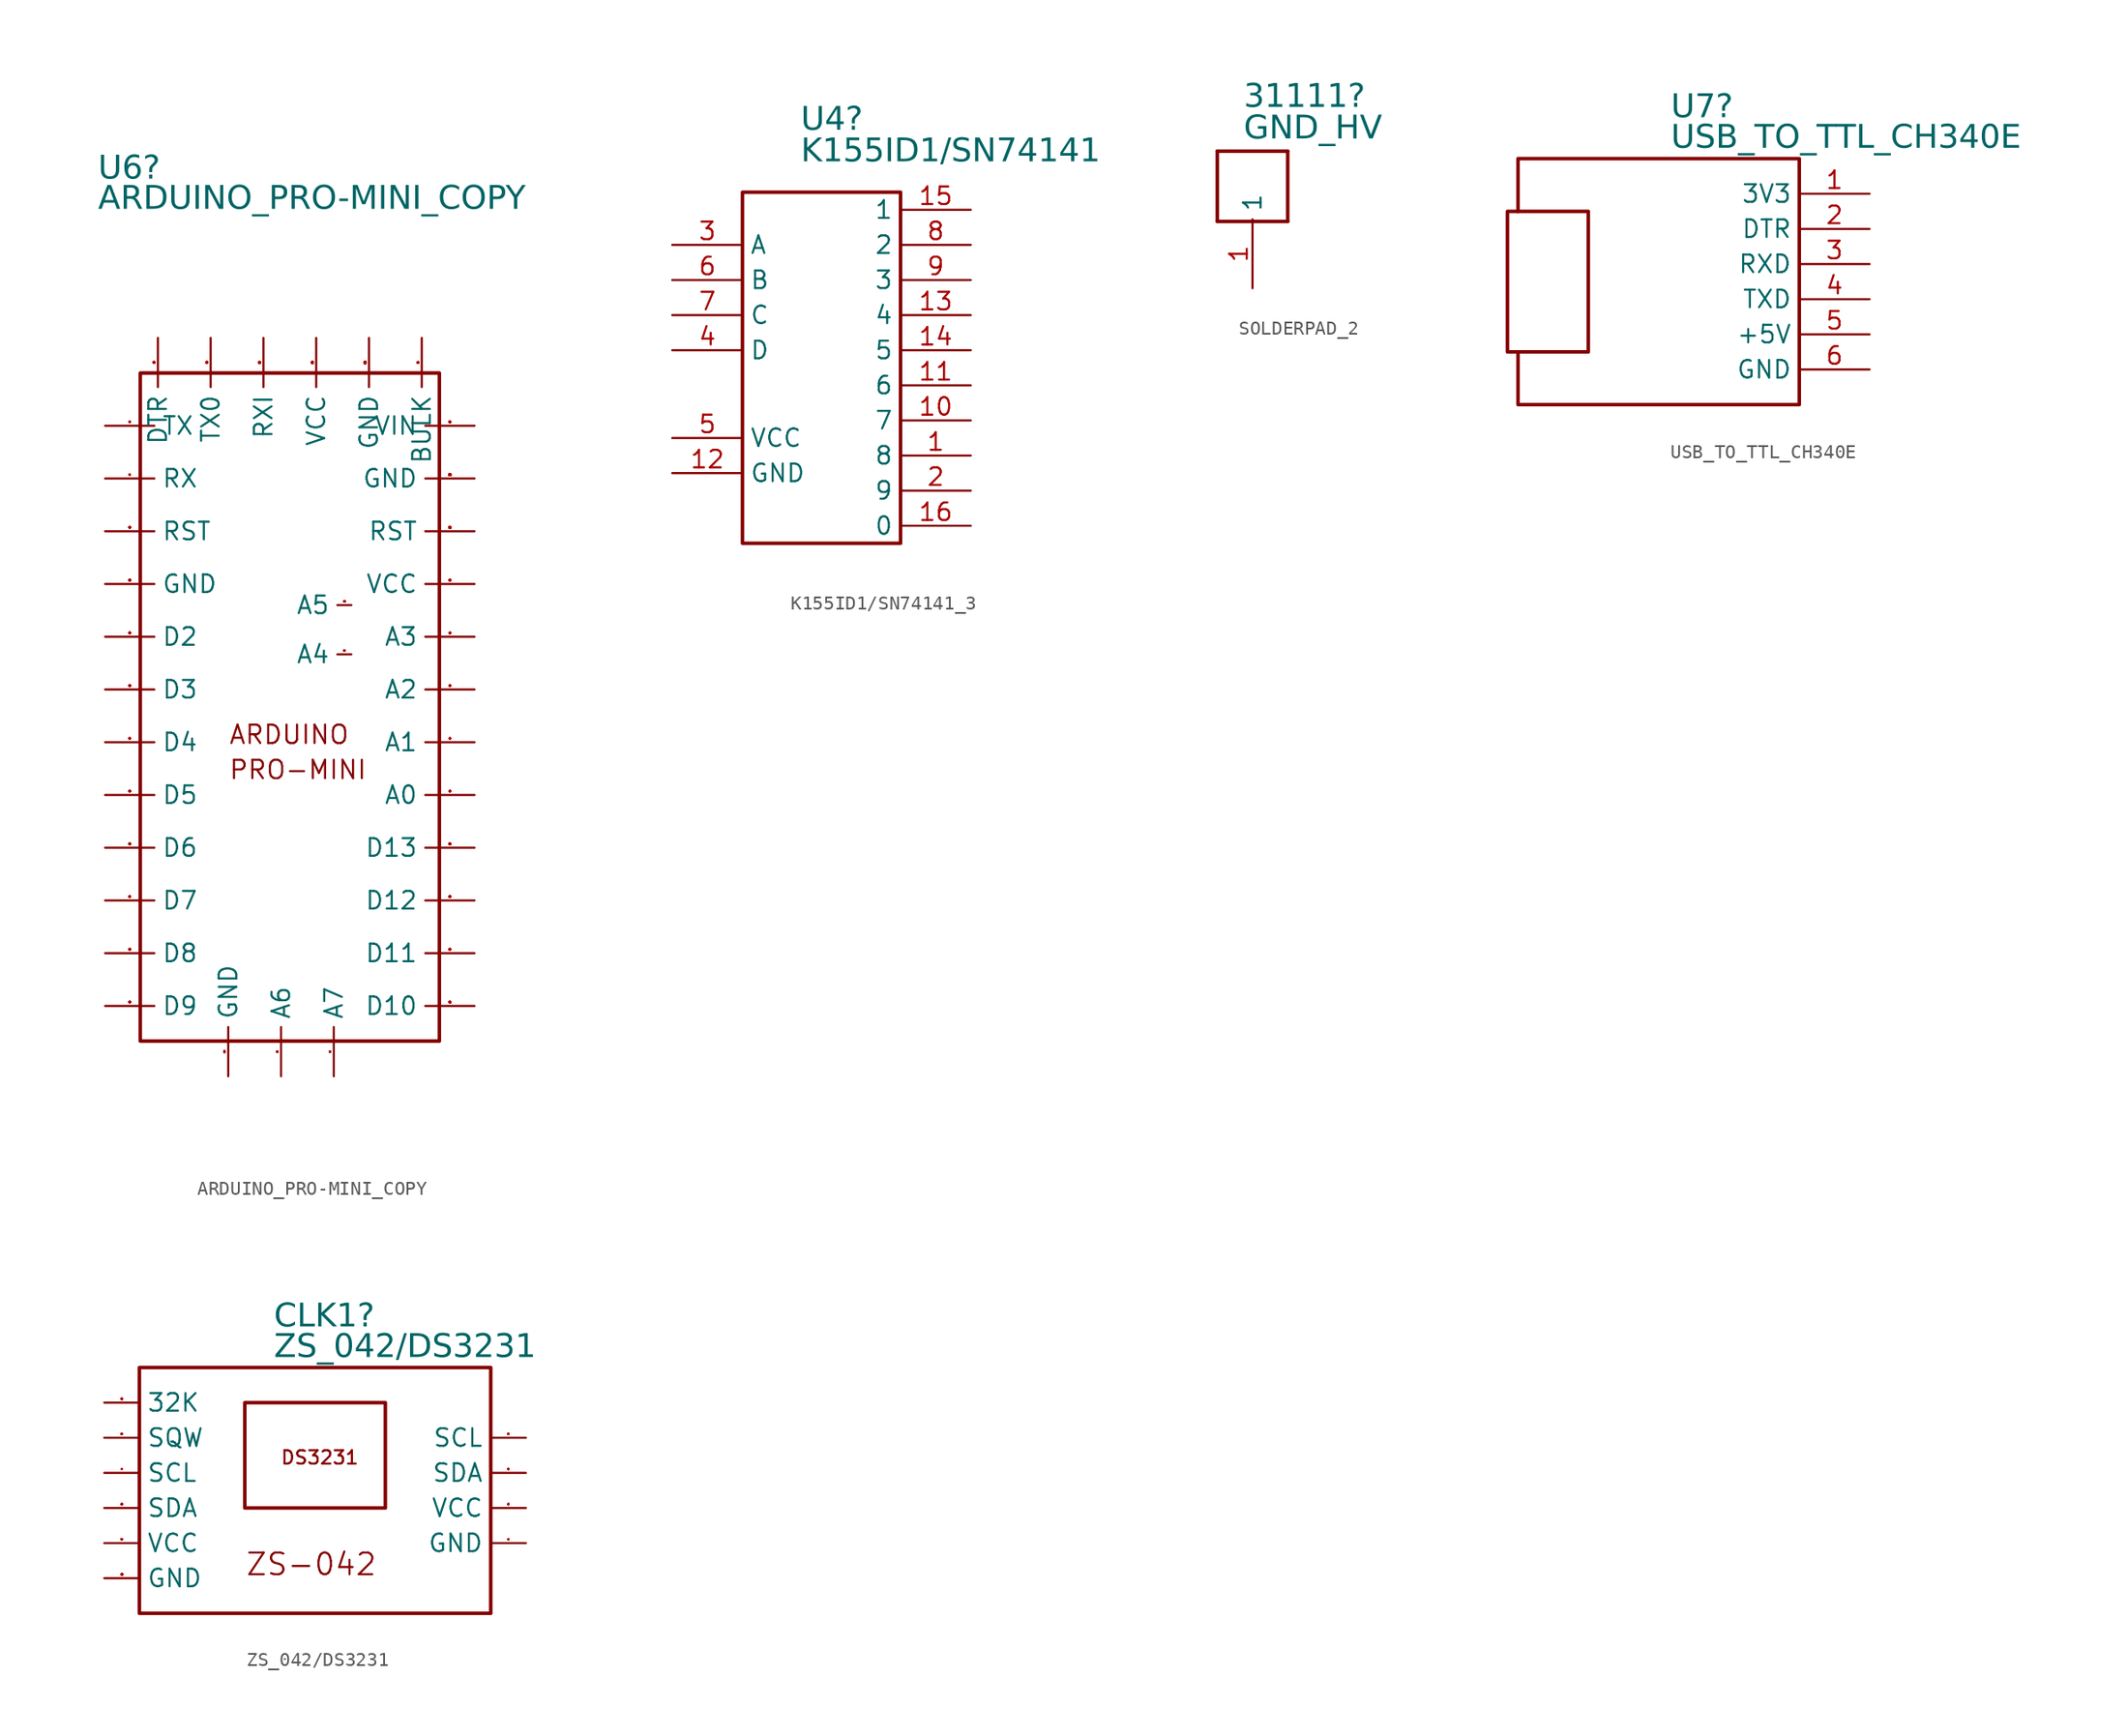
<source format=kicad_sym>
(kicad_symbol_lib
  (version 20231120)
  (generator "kicad_symbol_editor")
  (generator_version "8.0")
  (symbol "ARDUINO_PRO-MINI_COPY"
    (property "Reference" "U6"
      (at -13.208 70.345 0)
      (effects (font (face "Arial") (size 1.689 1.689)) (justify left top)))
    (property "Value" "ARDUINO_PRO-MINI_COPY"
      (at -13.208 68.161 0)
      (effects (font (face "Arial") (size 1.689 1.689)) (justify left top)))
    (symbol "ARDUINO_PRO-MINI_COPY_0_0"
      (rectangle (start -10.16 54.61) (end 11.43 6.35) (stroke (width 0.254) (type solid)) (fill (type none)))
      (text "ARDUINO" (at -3.81 29.267 0) (effects (font (face "KiCad Font") (size 1.327 1.327)) (justify left top)))
      (text "PRO-MINI" (at -3.81 26.727 0) (effects (font (face "KiCad Font") (size 1.327 1.327)) (justify left top)))
      (pin unspecified line (at -12.7 46.99 0) (length 3.556) (name "RX" (effects (font (size 1.27 1.27)))) (number "1" (effects (font (size 0.025 0.025))))))
    (symbol "ARDUINO_PRO-MINI_COPY_1_0"
      (pin unspecified line (at 13.97 24.13 180) (length 3.556) (name "A0" (effects (font (size 1.27 1.27)))) (number "A0" (effects (font (size 0.025 0.025)))))
      (pin unspecified line (at 13.97 27.94 180) (length 3.556) (name "A1" (effects (font (size 1.27 1.27)))) (number "A1" (effects (font (size 0.025 0.025)))))
      (pin unspecified line (at 13.97 31.75 180) (length 3.556) (name "A2" (effects (font (size 1.27 1.27)))) (number "A2" (effects (font (size 0.025 0.025)))))
      (pin unspecified line (at 13.97 35.56 180) (length 3.556) (name "A3" (effects (font (size 1.27 1.27)))) (number "A3" (effects (font (size 0.025 0.025)))))
      (pin unspecified line (at 5.08 34.29 180) (length 1.016) (name "A4" (effects (font (size 1.27 1.27)))) (number "A4" (effects (font (size 0.025 0.025)))))
      (pin unspecified line (at 5.08 37.846 180) (length 1.016) (name "A5" (effects (font (size 1.27 1.27)))) (number "A5" (effects (font (size 0.025 0.025)))))
      (pin unspecified line (at 0 3.81 90) (length 3.556) (name "A6" (effects (font (size 1.27 1.27)))) (number "A6" (effects (font (size 0.025 0.025)))))
      (pin unspecified line (at 3.81 3.81 90) (length 3.556) (name "A7" (effects (font (size 1.27 1.27)))) (number "A7" (effects (font (size 0.025 0.025)))))
      (pin unspecified line (at 10.16 57.15 270) (length 3.556) (name "BULK" (effects (font (size 1.27 1.27)))) (number "BLK" (effects (font (size 0.025 0.025)))))
      (pin unspecified line (at 13.97 8.89 180) (length 3.556) (name "D10" (effects (font (size 1.27 1.27)))) (number "D10" (effects (font (size 0.025 0.025)))))
      (pin unspecified line (at 13.97 12.7 180) (length 3.556) (name "D11" (effects (font (size 1.27 1.27)))) (number "D11" (effects (font (size 0.025 0.025)))))
      (pin unspecified line (at 13.97 16.51 180) (length 3.556) (name "D12" (effects (font (size 1.27 1.27)))) (number "D12" (effects (font (size 0.025 0.025)))))
      (pin unspecified line (at 13.97 20.32 180) (length 3.556) (name "D13" (effects (font (size 1.27 1.27)))) (number "D13" (effects (font (size 0.025 0.025)))))
      (pin unspecified line (at -12.7 35.56 0) (length 3.556) (name "D2" (effects (font (size 1.27 1.27)))) (number "D2" (effects (font (size 0.025 0.025)))))
      (pin unspecified line (at -12.7 31.75 0) (length 3.556) (name "D3" (effects (font (size 1.27 1.27)))) (number "D3" (effects (font (size 0.025 0.025)))))
      (pin unspecified line (at -12.7 27.94 0) (length 3.556) (name "D4" (effects (font (size 1.27 1.27)))) (number "D4" (effects (font (size 0.025 0.025)))))
      (pin unspecified line (at -12.7 24.13 0) (length 3.556) (name "D5" (effects (font (size 1.27 1.27)))) (number "D5" (effects (font (size 0.025 0.025)))))
      (pin unspecified line (at -12.7 20.32 0) (length 3.556) (name "D6" (effects (font (size 1.27 1.27)))) (number "D6" (effects (font (size 0.025 0.025)))))
      (pin unspecified line (at -12.7 16.51 0) (length 3.556) (name "D7" (effects (font (size 1.27 1.27)))) (number "D7" (effects (font (size 0.025 0.025)))))
      (pin unspecified line (at -12.7 12.7 0) (length 3.556) (name "D8" (effects (font (size 1.27 1.27)))) (number "D8" (effects (font (size 0.025 0.025)))))
      (pin unspecified line (at -12.7 8.89 0) (length 3.556) (name "D9" (effects (font (size 1.27 1.27)))) (number "D9" (effects (font (size 0.025 0.025)))))
      (pin unspecified line (at -8.89 57.15 270) (length 3.556) (name "DTR" (effects (font (size 1.27 1.27)))) (number "DTR" (effects (font (size 0.025 0.025)))))
      (pin unspecified line (at -12.7 39.37 0) (length 3.556) (name "GND" (effects (font (size 1.27 1.27)))) (number "GND" (effects (font (size 0.025 0.025)))))
      (pin unspecified line (at -3.81 3.81 90) (length 3.556) (name "GND" (effects (font (size 1.27 1.27)))) (number "GND" (effects (font (size 0.025 0.025)))))
      (pin unspecified line (at 13.97 46.99 180) (length 3.556) (name "GND" (effects (font (size 1.27 1.27)))) (number "GND@1" (effects (font (size 0.025 0.025)))))
      (pin unspecified line (at 6.35 57.15 270) (length 3.556) (name "GND" (effects (font (size 1.27 1.27)))) (number "GND@2" (effects (font (size 0.025 0.025)))))
      (pin unspecified line (at 13.97 50.8 180) (length 3.556) (name "VIN" (effects (font (size 1.27 1.27)))) (number "RAW" (effects (font (size 0.025 0.025)))))
      (pin unspecified line (at -12.7 43.18 0) (length 3.556) (name "RST" (effects (font (size 1.27 1.27)))) (number "RST" (effects (font (size 0.025 0.025)))))
      (pin unspecified line (at 13.97 43.18 180) (length 3.556) (name "RST" (effects (font (size 1.27 1.27)))) (number "RST@1" (effects (font (size 0.025 0.025)))))
      (pin unspecified line (at -1.27 57.15 270) (length 3.556) (name "RXI" (effects (font (size 1.27 1.27)))) (number "RX@1" (effects (font (size 0.025 0.025)))))
      (pin unspecified line (at -12.7 50.8 0) (length 3.556) (name "TX" (effects (font (size 1.27 1.27)))) (number "TX" (effects (font (size 0.025 0.025)))))
      (pin unspecified line (at -5.08 57.15 270) (length 3.556) (name "TX0" (effects (font (size 1.27 1.27)))) (number "TX@1" (effects (font (size 0.025 0.025)))))
      (pin unspecified line (at 13.97 39.37 180) (length 3.556) (name "VCC" (effects (font (size 1.27 1.27)))) (number "VCC" (effects (font (size 0.025 0.025)))))
      (pin unspecified line (at 2.54 57.15 270) (length 3.556) (name "VCC" (effects (font (size 1.27 1.27)))) (number "VCC@1" (effects (font (size 0.025 0.025)))))))
  (symbol "K155ID1/SN74141_3"
    (property "Reference" "U4"
      (at -7.214 26.53 0)
      (effects (font (face "Arial") (size 1.689 1.689)) (justify left top)))
    (property "Value" "K155ID1/SN74141"
      (at -7.214 24.244 0)
      (effects (font (face "Arial") (size 1.689 1.689)) (justify left top)))
    (symbol "K155ID1/SN74141_3_0_0"
      (rectangle (start -11.43 20.32) (end 0 -5.08) (stroke (width 0.254) (type solid)) (fill (type none)))
      (pin unspecified line (at 5.08 1.27 180) (length 5.08) (name "8" (effects (font (size 1.27 1.27)))) (number "1" (effects (font (size 1.27 1.27)))))
      (pin unspecified line (at 5.08 3.81 180) (length 5.08) (name "7" (effects (font (size 1.27 1.27)))) (number "10" (effects (font (size 1.27 1.27)))))
      (pin unspecified line (at 5.08 6.35 180) (length 5.08) (name "6" (effects (font (size 1.27 1.27)))) (number "11" (effects (font (size 1.27 1.27)))))
      (pin unspecified line (at -16.51 0 0) (length 5.08) (name "GND" (effects (font (size 1.27 1.27)))) (number "12" (effects (font (size 1.27 1.27)))))
      (pin unspecified line (at 5.08 11.43 180) (length 5.08) (name "4" (effects (font (size 1.27 1.27)))) (number "13" (effects (font (size 1.27 1.27)))))
      (pin unspecified line (at 5.08 8.89 180) (length 5.08) (name "5" (effects (font (size 1.27 1.27)))) (number "14" (effects (font (size 1.27 1.27)))))
      (pin unspecified line (at 5.08 19.05 180) (length 5.08) (name "1" (effects (font (size 1.27 1.27)))) (number "15" (effects (font (size 1.27 1.27)))))
      (pin unspecified line (at 5.08 -3.81 180) (length 5.08) (name "0" (effects (font (size 1.27 1.27)))) (number "16" (effects (font (size 1.27 1.27)))))
      (pin unspecified line (at 5.08 -1.27 180) (length 5.08) (name "9" (effects (font (size 1.27 1.27)))) (number "2" (effects (font (size 1.27 1.27)))))
      (pin unspecified line (at -16.51 16.51 0) (length 5.08) (name "A" (effects (font (size 1.27 1.27)))) (number "3" (effects (font (size 1.27 1.27)))))
      (pin unspecified line (at -16.51 8.89 0) (length 5.08) (name "D" (effects (font (size 1.27 1.27)))) (number "4" (effects (font (size 1.27 1.27)))))
      (pin unspecified line (at -16.51 2.54 0) (length 5.08) (name "VCC" (effects (font (size 1.27 1.27)))) (number "5" (effects (font (size 1.27 1.27)))))
      (pin unspecified line (at -16.51 13.97 0) (length 5.08) (name "B" (effects (font (size 1.27 1.27)))) (number "6" (effects (font (size 1.27 1.27)))))
      (pin unspecified line (at -16.51 11.43 0) (length 5.08) (name "C" (effects (font (size 1.27 1.27)))) (number "7" (effects (font (size 1.27 1.27)))))
      (pin unspecified line (at 5.08 16.51 180) (length 5.08) (name "2" (effects (font (size 1.27 1.27)))) (number "8" (effects (font (size 1.27 1.27)))))
      (pin unspecified line (at 5.08 13.97 180) (length 5.08) (name "3" (effects (font (size 1.27 1.27)))) (number "9" (effects (font (size 1.27 1.27)))))))
  (symbol "SOLDERPAD_2"
    (property "Reference" "31111"
      (at -0.635 9.461 0)
      (effects (font (face "Arial") (size 1.689 1.689)) (justify left top)))
    (property "Value" "GND_HV"
      (at -0.635 7.176 0)
      (effects (font (face "Arial") (size 1.689 1.689)) (justify left top)))
    (symbol "SOLDERPAD_2_0_0"
      (polyline (pts (xy -2.54 -0.508) (xy 2.54 -0.508)) (stroke (width 0.254) (type solid)) (fill (type none)))
      (polyline (pts (xy -2.54 4.572) (xy -2.54 -0.508)) (stroke (width 0.254) (type solid)) (fill (type none)))
      (polyline (pts (xy 2.54 -0.508) (xy 2.54 4.572)) (stroke (width 0.254) (type solid)) (fill (type none)))
      (polyline (pts (xy 2.54 4.572) (xy -2.54 4.572)) (stroke (width 0.254) (type solid)) (fill (type none)))
      (pin bidirectional line (at 0 -5.334 90) (length 4.978) (name "1" (effects (font (size 1.27 1.27)))) (number "1" (effects (font (size 1.27 1.27)))))))
  (symbol "USB_TO_TTL_CH340E"
    (property "Reference" "U7"
      (at 0.889 13.576 0)
      (effects (font (face "Arial") (size 1.689 1.689)) (justify left top)))
    (property "Value" "USB_TO_TTL_CH340E"
      (at 0.889 11.367 0)
      (effects (font (face "Arial") (size 1.689 1.689)) (justify left top)))
    (symbol "USB_TO_TTL_CH340E_0_0"
      (rectangle (start -10.922 5.08) (end -5.08 -5.08) (stroke (width 0.254) (type solid)) (fill (type none)))
      (polyline (pts (xy -10.16 5.08) (xy -10.16 8.89) (xy 10.16 8.89) (xy 10.16 -8.89) (xy -10.16 -8.89) (xy -10.16 -5.08)) (stroke (width 0.254) (type solid)) (fill (type none)))
      (pin unspecified line (at 15.24 6.35 180) (length 5.08) (name "3V3" (effects (font (size 1.27 1.27)))) (number "1" (effects (font (size 1.27 1.27)))))
      (pin unspecified line (at 15.24 3.81 180) (length 5.08) (name "DTR" (effects (font (size 1.27 1.27)))) (number "2" (effects (font (size 1.27 1.27)))))
      (pin unspecified line (at 15.24 1.27 180) (length 5.08) (name "RXD" (effects (font (size 1.27 1.27)))) (number "3" (effects (font (size 1.27 1.27)))))
      (pin unspecified line (at 15.24 -1.27 180) (length 5.08) (name "TXD" (effects (font (size 1.27 1.27)))) (number "4" (effects (font (size 1.27 1.27)))))
      (pin unspecified line (at 15.24 -3.81 180) (length 5.08) (name "+5V" (effects (font (size 1.27 1.27)))) (number "5" (effects (font (size 1.27 1.27)))))
      (pin unspecified line (at 15.24 -6.35 180) (length 5.08) (name "GND" (effects (font (size 1.27 1.27)))) (number "6" (effects (font (size 1.27 1.27)))))))
  (symbol "ZS_042/DS3231"
    (property "Reference" "CLK1"
      (at 9.728 4.661 0)
      (effects (font (face "Arial") (size 1.689 1.689)) (justify left top)))
    (property "Value" "ZS_042/DS3231"
      (at 9.728 2.451 0)
      (effects (font (face "Arial") (size 1.689 1.689)) (justify left top)))
    (symbol "ZS_042/DS3231_0_0"
      (rectangle (start 0 0) (end 25.4 -17.78) (stroke (width 0.254) (type solid)) (fill (type none)))
      (rectangle (start 7.62 -2.54) (end 17.78 -10.16) (stroke (width 0.254) (type solid)) (fill (type none)))
      (text "DS3231" (at 10.16 -5.944 0) (effects (font (face "KiCad Font") (size 0.965 0.965)) (justify left top)))
      (text "ZS-042" (at 7.62 -13.316 0) (effects (font (face "KiCad Font") (size 1.568 1.568)) (justify left top)))
      (pin input line (at 27.94 -5.08 180) (length 2.54) (name "SCL" (effects (font (size 1.27 1.27)))) (number "1" (effects (font (size 0.025 0.025)))))
      (pin passive line (at -2.54 -15.24 0) (length 2.54) (name "GND" (effects (font (size 1.27 1.27)))) (number "10" (effects (font (size 0.025 0.025)))))
      (pin bidirectional line (at 27.94 -7.62 180) (length 2.54) (name "SDA" (effects (font (size 1.27 1.27)))) (number "2" (effects (font (size 0.025 0.025)))))
      (pin passive line (at 27.94 -10.16 180) (length 2.54) (name "VCC" (effects (font (size 1.27 1.27)))) (number "3" (effects (font (size 0.025 0.025)))))
      (pin passive line (at 27.94 -12.7 180) (length 2.54) (name "GND" (effects (font (size 1.27 1.27)))) (number "4" (effects (font (size 0.025 0.025)))))
      (pin input line (at -2.54 -2.54 0) (length 2.54) (name "32K" (effects (font (size 1.27 1.27)))) (number "5" (effects (font (size 0.025 0.025)))))
      (pin input line (at -2.54 -5.08 0) (length 2.54) (name "SQW" (effects (font (size 1.27 1.27)))) (number "6" (effects (font (size 0.025 0.025)))))
      (pin input line (at -2.54 -7.62 0) (length 2.54) (name "SCL" (effects (font (size 1.27 1.27)))) (number "7" (effects (font (size 0.025 0.025)))))
      (pin bidirectional line (at -2.54 -10.16 0) (length 2.54) (name "SDA" (effects (font (size 1.27 1.27)))) (number "8" (effects (font (size 0.025 0.025)))))
      (pin passive line (at -2.54 -12.7 0) (length 2.54) (name "VCC" (effects (font (size 1.27 1.27)))) (number "9" (effects (font (size 0.025 0.025))))))))
</source>
